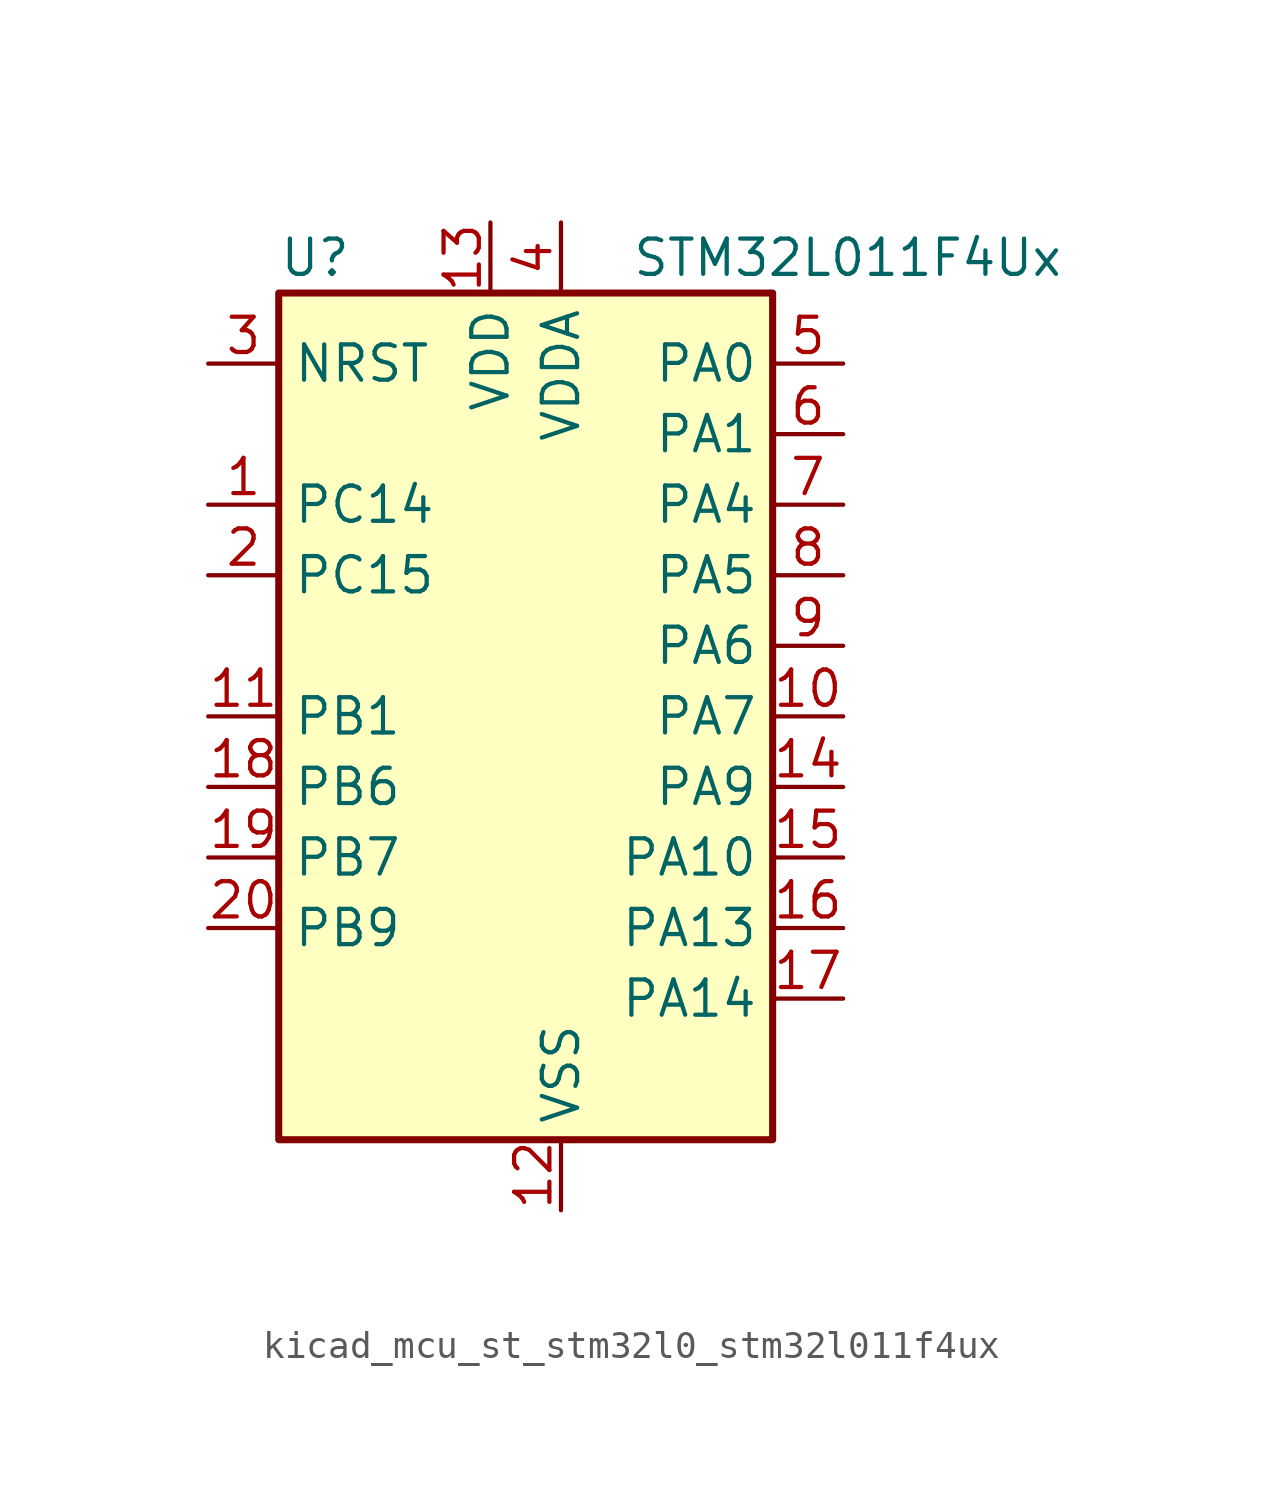
<source format=kicad_sym>
(kicad_symbol_lib
  (version 20220914)
  (generator kicad_symbol_editor)
  (symbol "kicad_mcu_st_stm32l0_stm32l011f4ux"
    (property "Reference" "U"
      (at -7.62 16.51 0)
      (effects (font (size 1.27 1.27)) (justify left)))
    (property "Value" "STM32L011F4Ux"
      (at 5.08 16.51 0)
      (effects (font (size 1.27 1.27)) (justify left)))
    (property "ki_locked" ""
      (at 0 0 0)
      (effects (font (size 1.27 1.27))))
    (symbol "kicad_mcu_st_stm32l0_stm32l011f4ux_0_1"
      (rectangle (start -7.62 -15.24) (end 10.16 15.24) (stroke (width 0.254) (type default)) (fill (type background))))
    (symbol "kicad_mcu_st_stm32l0_stm32l011f4ux_1_1"
      (pin bidirectional line (at -10.16 7.62 0) (length 2.54) (name "PC14" (effects (font (size 1.27 1.27)))) (number "1" (effects (font (size 1.27 1.27)))) (alternate "RCC_OSC32_IN" bidirectional line))
      (pin bidirectional line (at 12.7 0 180) (length 2.54) (name "PA7" (effects (font (size 1.27 1.27)))) (number "10" (effects (font (size 1.27 1.27)))) (alternate "ADC_IN7" bidirectional line) (alternate "COMP2_INP" bidirectional line) (alternate "COMP2_OUT" bidirectional line) (alternate "LPTIM1_OUT" bidirectional line) (alternate "SPI1_MOSI" bidirectional line) (alternate "TIM21_ETR" bidirectional line) (alternate "USART2_CTS" bidirectional line))
      (pin bidirectional line (at -10.16 0 0) (length 2.54) (name "PB1" (effects (font (size 1.27 1.27)))) (number "11" (effects (font (size 1.27 1.27)))) (alternate "ADC_IN9" bidirectional line) (alternate "LPTIM1_IN1" bidirectional line) (alternate "LPUART1_DE" bidirectional line) (alternate "LPUART1_RTS" bidirectional line) (alternate "SPI1_MOSI" bidirectional line) (alternate "SYS_VREF_OUT_PB1" bidirectional line) (alternate "TIM2_CH4" bidirectional line) (alternate "USART2_CK" bidirectional line))
      (pin power_in line (at 2.54 -17.78 90) (length 2.54) (name "VSS" (effects (font (size 1.27 1.27)))) (number "12" (effects (font (size 1.27 1.27)))))
      (pin power_in line (at 0 17.78 270) (length 2.54) (name "VDD" (effects (font (size 1.27 1.27)))) (number "13" (effects (font (size 1.27 1.27)))))
      (pin bidirectional line (at 12.7 -2.54 180) (length 2.54) (name "PA9" (effects (font (size 1.27 1.27)))) (number "14" (effects (font (size 1.27 1.27)))) (alternate "COMP1_OUT" bidirectional line) (alternate "I2C1_SCL" bidirectional line) (alternate "LPTIM1_OUT" bidirectional line) (alternate "RCC_MCO" bidirectional line) (alternate "TIM21_CH2" bidirectional line) (alternate "USART2_TX" bidirectional line))
      (pin bidirectional line (at 12.7 -5.08 180) (length 2.54) (name "PA10" (effects (font (size 1.27 1.27)))) (number "15" (effects (font (size 1.27 1.27)))) (alternate "COMP1_OUT" bidirectional line) (alternate "I2C1_SDA" bidirectional line) (alternate "RTC_REFIN" bidirectional line) (alternate "TIM21_CH1" bidirectional line) (alternate "TIM2_CH3" bidirectional line) (alternate "USART2_RX" bidirectional line))
      (pin bidirectional line (at 12.7 -7.62 180) (length 2.54) (name "PA13" (effects (font (size 1.27 1.27)))) (number "16" (effects (font (size 1.27 1.27)))) (alternate "COMP1_OUT" bidirectional line) (alternate "I2C1_SDA" bidirectional line) (alternate "LPTIM1_ETR" bidirectional line) (alternate "LPUART1_RX" bidirectional line) (alternate "SPI1_SCK" bidirectional line) (alternate "SYS_SWDIO" bidirectional line))
      (pin bidirectional line (at 12.7 -10.16 180) (length 2.54) (name "PA14" (effects (font (size 1.27 1.27)))) (number "17" (effects (font (size 1.27 1.27)))) (alternate "COMP2_OUT" bidirectional line) (alternate "I2C1_SMBA" bidirectional line) (alternate "LPTIM1_OUT" bidirectional line) (alternate "LPUART1_TX" bidirectional line) (alternate "SPI1_MISO" bidirectional line) (alternate "SYS_SWCLK" bidirectional line) (alternate "USART2_TX" bidirectional line))
      (pin bidirectional line (at -10.16 -2.54 0) (length 2.54) (name "PB6" (effects (font (size 1.27 1.27)))) (number "18" (effects (font (size 1.27 1.27)))) (alternate "COMP2_INP" bidirectional line) (alternate "I2C1_SCL" bidirectional line) (alternate "LPTIM1_ETR" bidirectional line) (alternate "LPUART1_TX" bidirectional line) (alternate "TIM2_CH3" bidirectional line) (alternate "USART2_TX" bidirectional line))
      (pin bidirectional line (at -10.16 -5.08 0) (length 2.54) (name "PB7" (effects (font (size 1.27 1.27)))) (number "19" (effects (font (size 1.27 1.27)))) (alternate "COMP2_INP" bidirectional line) (alternate "I2C1_SDA" bidirectional line) (alternate "LPTIM1_IN2" bidirectional line) (alternate "LPUART1_RX" bidirectional line) (alternate "SYS_PVD_IN" bidirectional line) (alternate "TIM2_CH4" bidirectional line) (alternate "USART2_RX" bidirectional line))
      (pin bidirectional line (at -10.16 5.08 0) (length 2.54) (name "PC15" (effects (font (size 1.27 1.27)))) (number "2" (effects (font (size 1.27 1.27)))) (alternate "RCC_OSC32_OUT" bidirectional line))
      (pin bidirectional line (at -10.16 -7.62 0) (length 2.54) (name "PB9" (effects (font (size 1.27 1.27)))) (number "20" (effects (font (size 1.27 1.27)))))
      (pin input line (at -10.16 12.7 0) (length 2.54) (name "NRST" (effects (font (size 1.27 1.27)))) (number "3" (effects (font (size 1.27 1.27)))))
      (pin power_in line (at 2.54 17.78 270) (length 2.54) (name "VDDA" (effects (font (size 1.27 1.27)))) (number "4" (effects (font (size 1.27 1.27)))))
      (pin bidirectional line (at 12.7 12.7 180) (length 2.54) (name "PA0" (effects (font (size 1.27 1.27)))) (number "5" (effects (font (size 1.27 1.27)))) (alternate "ADC_IN0" bidirectional line) (alternate "COMP1_INM" bidirectional line) (alternate "COMP1_OUT" bidirectional line) (alternate "LPTIM1_IN1" bidirectional line) (alternate "LPUART1_RX" bidirectional line) (alternate "RCC_CK_IN" bidirectional line) (alternate "RTC_TAMP2" bidirectional line) (alternate "SYS_WKUP1" bidirectional line) (alternate "TIM2_CH1" bidirectional line) (alternate "TIM2_ETR" bidirectional line) (alternate "USART2_CTS" bidirectional line) (alternate "USART2_RX" bidirectional line))
      (pin bidirectional line (at 12.7 10.16 180) (length 2.54) (name "PA1" (effects (font (size 1.27 1.27)))) (number "6" (effects (font (size 1.27 1.27)))) (alternate "ADC_IN1" bidirectional line) (alternate "COMP1_INP" bidirectional line) (alternate "I2C1_SMBA" bidirectional line) (alternate "LPTIM1_IN2" bidirectional line) (alternate "LPUART1_TX" bidirectional line) (alternate "TIM21_ETR" bidirectional line) (alternate "TIM2_CH2" bidirectional line) (alternate "USART2_DE" bidirectional line) (alternate "USART2_RTS" bidirectional line))
      (pin bidirectional line (at 12.7 7.62 180) (length 2.54) (name "PA4" (effects (font (size 1.27 1.27)))) (number "7" (effects (font (size 1.27 1.27)))) (alternate "ADC_IN4" bidirectional line) (alternate "COMP1_INM" bidirectional line) (alternate "COMP2_INM" bidirectional line) (alternate "COMP2_OUT" bidirectional line) (alternate "I2C1_SCL" bidirectional line) (alternate "LPTIM1_ETR" bidirectional line) (alternate "LPTIM1_IN1" bidirectional line) (alternate "LPUART1_TX" bidirectional line) (alternate "SPI1_NSS" bidirectional line) (alternate "TIM2_ETR" bidirectional line) (alternate "USART2_CK" bidirectional line))
      (pin bidirectional line (at 12.7 5.08 180) (length 2.54) (name "PA5" (effects (font (size 1.27 1.27)))) (number "8" (effects (font (size 1.27 1.27)))) (alternate "ADC_IN5" bidirectional line) (alternate "COMP1_INM" bidirectional line) (alternate "COMP2_INM" bidirectional line) (alternate "LPTIM1_IN2" bidirectional line) (alternate "SPI1_SCK" bidirectional line) (alternate "TIM2_CH1" bidirectional line) (alternate "TIM2_ETR" bidirectional line))
      (pin bidirectional line (at 12.7 2.54 180) (length 2.54) (name "PA6" (effects (font (size 1.27 1.27)))) (number "9" (effects (font (size 1.27 1.27)))) (alternate "ADC_IN6" bidirectional line) (alternate "COMP1_OUT" bidirectional line) (alternate "LPTIM1_ETR" bidirectional line) (alternate "LPUART1_CTS" bidirectional line) (alternate "SPI1_MISO" bidirectional line)))))
</source>
